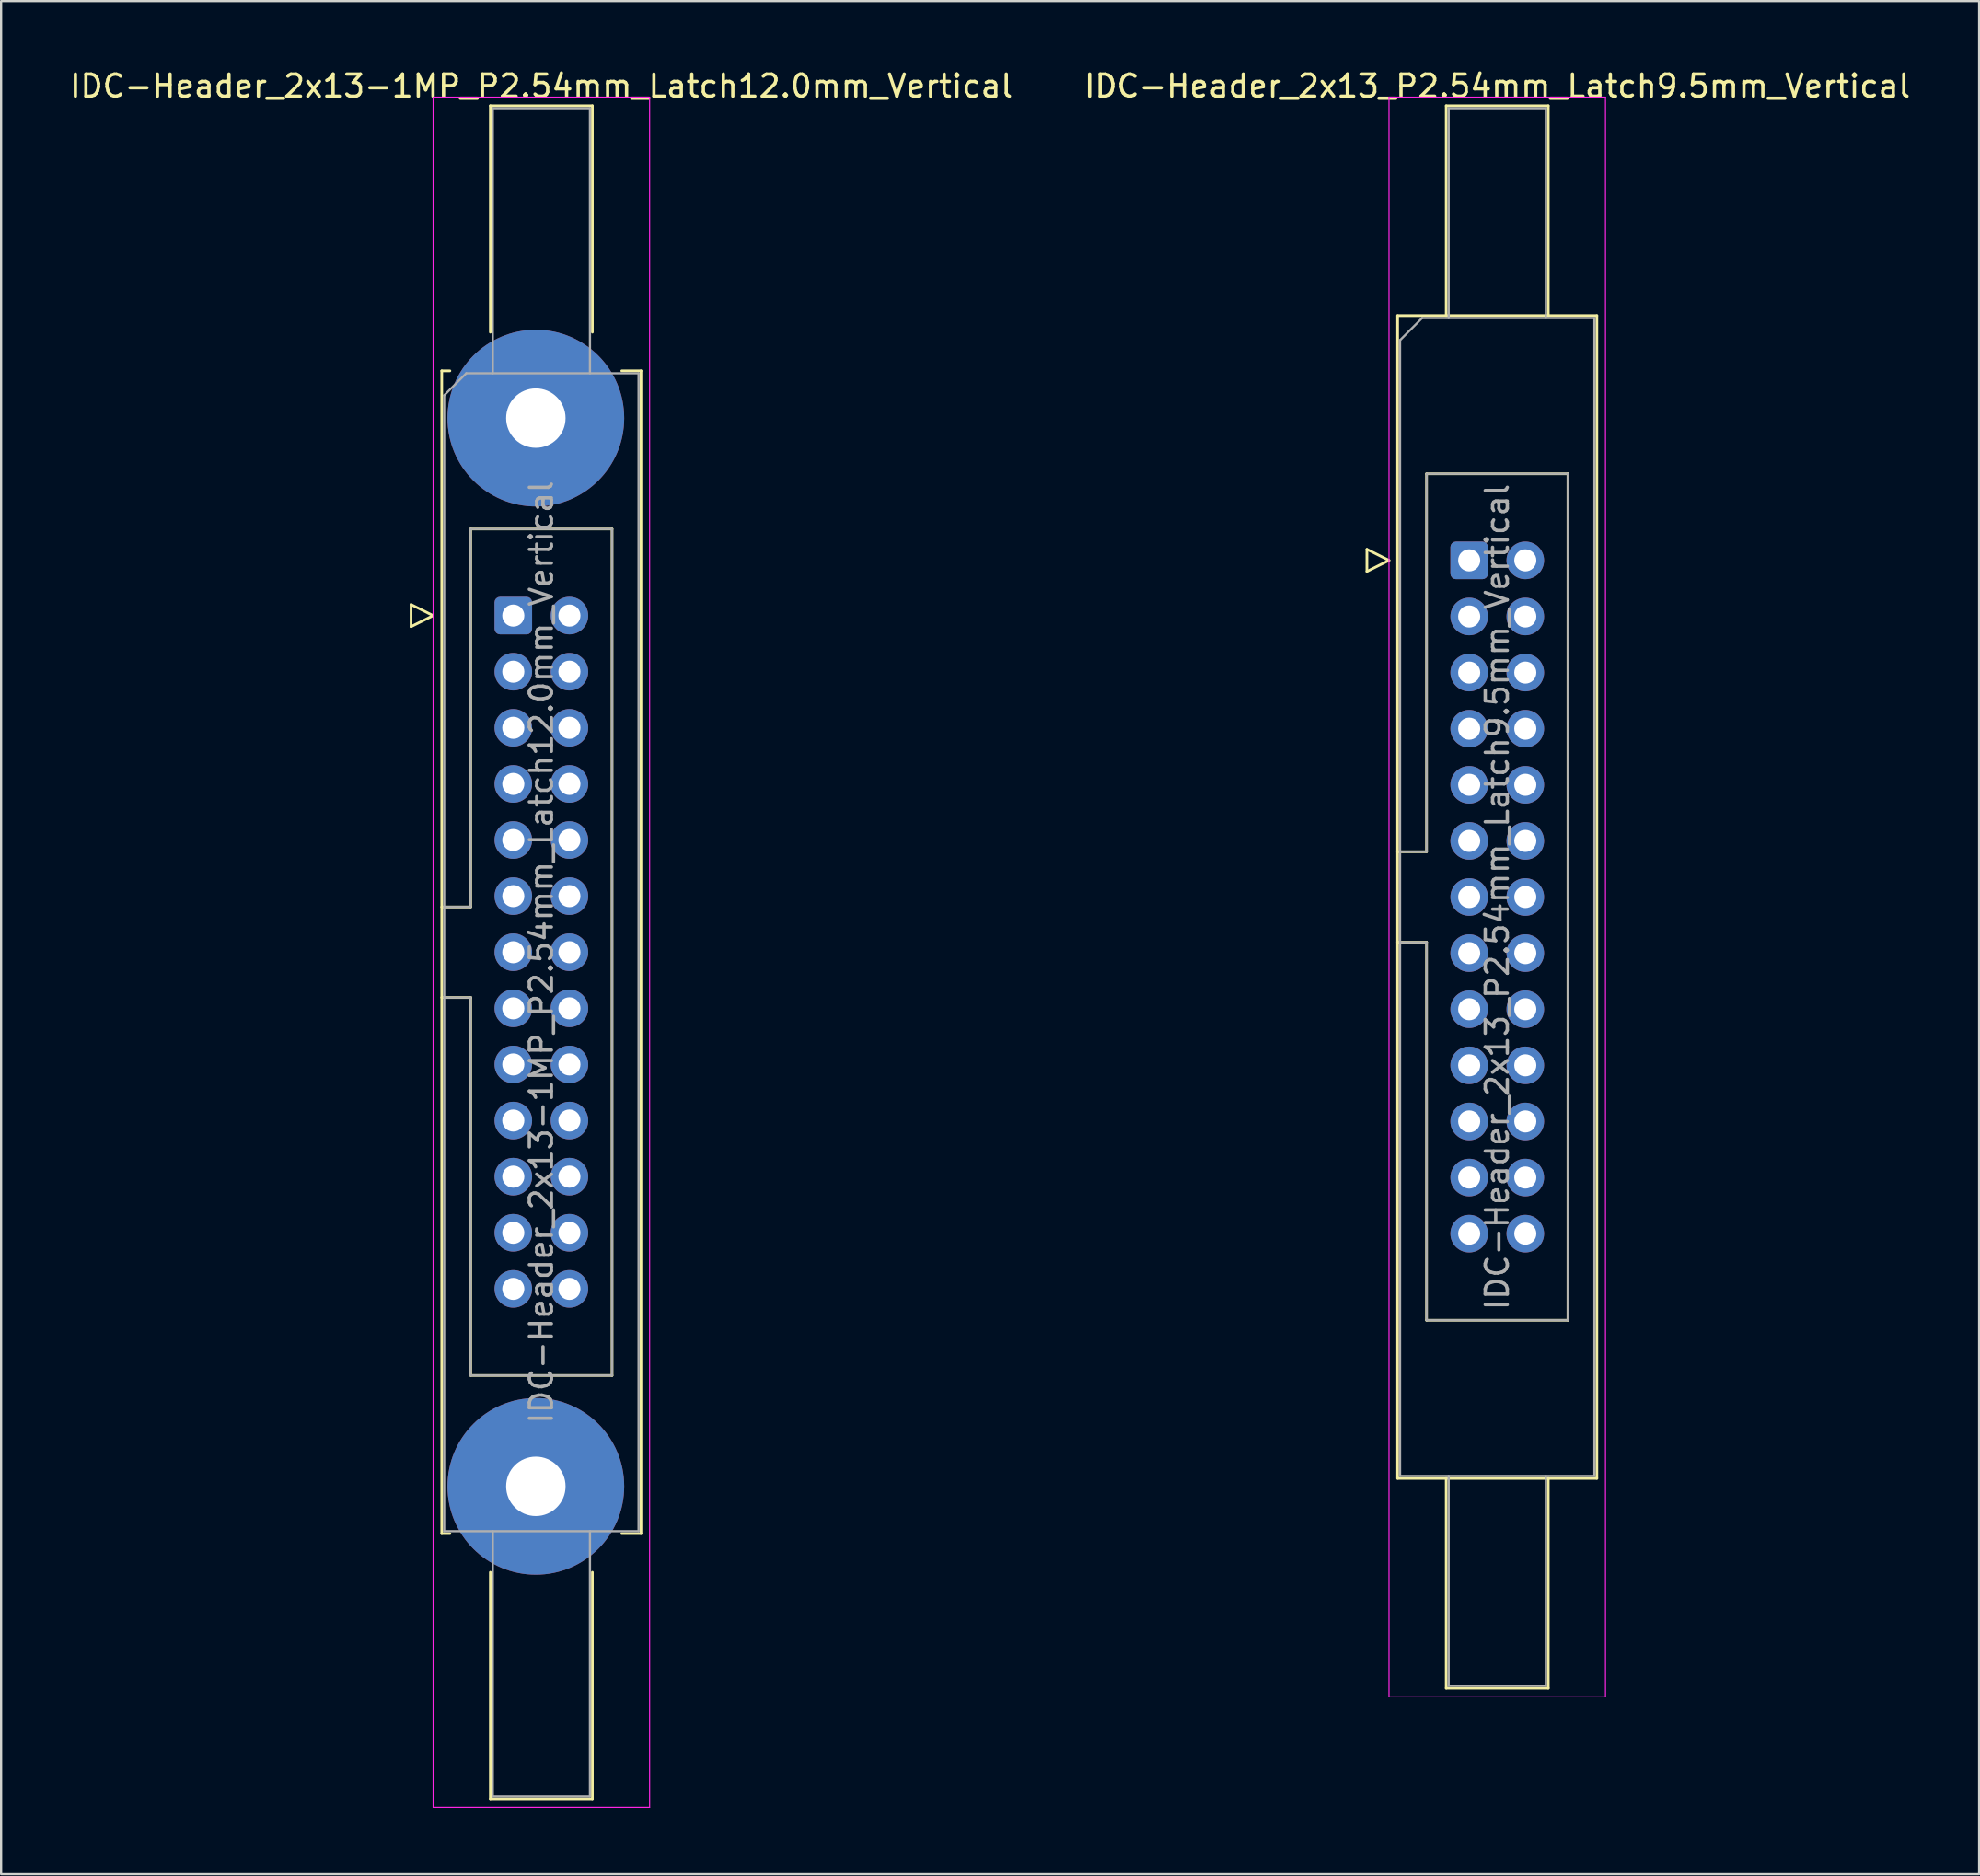
<source format=kicad_pcb>
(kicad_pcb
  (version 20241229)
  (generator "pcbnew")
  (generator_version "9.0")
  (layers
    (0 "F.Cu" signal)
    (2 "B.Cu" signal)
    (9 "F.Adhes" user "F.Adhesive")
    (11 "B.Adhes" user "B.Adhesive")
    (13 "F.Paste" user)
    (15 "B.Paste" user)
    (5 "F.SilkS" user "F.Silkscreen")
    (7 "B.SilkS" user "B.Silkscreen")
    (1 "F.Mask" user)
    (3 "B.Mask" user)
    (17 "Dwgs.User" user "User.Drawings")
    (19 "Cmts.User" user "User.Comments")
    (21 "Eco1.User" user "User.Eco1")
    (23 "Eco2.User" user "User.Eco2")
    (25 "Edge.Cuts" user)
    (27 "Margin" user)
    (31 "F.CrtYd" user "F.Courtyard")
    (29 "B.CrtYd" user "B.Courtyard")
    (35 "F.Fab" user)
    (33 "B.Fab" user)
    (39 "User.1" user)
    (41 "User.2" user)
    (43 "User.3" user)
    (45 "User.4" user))
  (footprint "IDC-Header_2x13_P2.54mm_Latch9.5mm_Vertical"
    (layer "F.Cu")
    (at 63.462 22.318)
    (property "Reference" "IDC-Header_2x13_P2.54mm_Latch9.5mm_Vertical" (at 1.27 -21.47 0) (layer "F.SilkS") (effects (font (size 1 1) (thickness 0.15))))
    (attr through_hole)
    (fp_line (start -4.63 -0.5) (end -4.63 0.5) (stroke (width 0.12) (type solid)) (layer "F.SilkS"))
    (fp_line (start -4.63 0.5) (end -3.63 0) (stroke (width 0.12) (type solid)) (layer "F.SilkS"))
    (fp_line (start -3.63 0) (end -4.63 -0.5) (stroke (width 0.12) (type solid)) (layer "F.SilkS"))
    (fp_line (start -3.24 -11.08) (end 5.78 -11.08) (stroke (width 0.12) (type solid)) (layer "F.SilkS"))
    (fp_line (start -3.24 13.19) (end -1.93 13.19) (stroke (width 0.12) (type solid)) (layer "F.SilkS"))
    (fp_line (start -3.24 41.56) (end -3.24 -11.08) (stroke (width 0.12) (type solid)) (layer "F.SilkS"))
    (fp_line (start -1.93 -3.92) (end 4.47 -3.92) (stroke (width 0.12) (type solid)) (layer "F.SilkS"))
    (fp_line (start -1.93 13.19) (end -1.93 -3.92) (stroke (width 0.12) (type solid)) (layer "F.SilkS"))
    (fp_line (start -1.93 17.29) (end -3.24 17.29) (stroke (width 0.12) (type solid)) (layer "F.SilkS"))
    (fp_line (start -1.93 17.29) (end -1.93 17.29) (stroke (width 0.12) (type solid)) (layer "F.SilkS"))
    (fp_line (start -1.93 34.4) (end -1.93 17.29) (stroke (width 0.12) (type solid)) (layer "F.SilkS"))
    (fp_line (start -1.04 -20.58) (end 3.58 -20.58) (stroke (width 0.12) (type solid)) (layer "F.SilkS"))
    (fp_line (start -1.04 -11.08) (end -1.04 -20.58) (stroke (width 0.12) (type solid)) (layer "F.SilkS"))
    (fp_line (start -1.04 41.56) (end -1.04 51.06) (stroke (width 0.12) (type solid)) (layer "F.SilkS"))
    (fp_line (start -1.04 51.06) (end 3.58 51.06) (stroke (width 0.12) (type solid)) (layer "F.SilkS"))
    (fp_line (start 3.58 -20.58) (end 3.58 -11.08) (stroke (width 0.12) (type solid)) (layer "F.SilkS"))
    (fp_line (start 3.58 51.06) (end 3.58 41.56) (stroke (width 0.12) (type solid)) (layer "F.SilkS"))
    (fp_line (start 4.47 -3.92) (end 4.47 34.4) (stroke (width 0.12) (type solid)) (layer "F.SilkS"))
    (fp_line (start 4.47 34.4) (end -1.93 34.4) (stroke (width 0.12) (type solid)) (layer "F.SilkS"))
    (fp_line (start 5.78 -11.08) (end 5.78 41.56) (stroke (width 0.12) (type solid)) (layer "F.SilkS"))
    (fp_line (start 5.78 41.56) (end -3.24 41.56) (stroke (width 0.12) (type solid)) (layer "F.SilkS"))
    (fp_line (start -3.63 -20.97) (end -3.63 51.45) (stroke (width 0.05) (type solid)) (layer "F.CrtYd"))
    (fp_line (start -3.63 51.45) (end 6.17 51.45) (stroke (width 0.05) (type solid)) (layer "F.CrtYd"))
    (fp_line (start 6.17 -20.97) (end -3.63 -20.97) (stroke (width 0.05) (type solid)) (layer "F.CrtYd"))
    (fp_line (start 6.17 51.45) (end 6.17 -20.97) (stroke (width 0.05) (type solid)) (layer "F.CrtYd"))
    (fp_line (start -3.13 -9.97) (end -2.13 -10.97) (stroke (width 0.1) (type solid)) (layer "F.Fab"))
    (fp_line (start -3.13 13.19) (end -1.93 13.19) (stroke (width 0.1) (type solid)) (layer "F.Fab"))
    (fp_line (start -3.13 41.45) (end -3.13 -9.97) (stroke (width 0.1) (type solid)) (layer "F.Fab"))
    (fp_line (start -2.13 -10.97) (end 5.67 -10.97) (stroke (width 0.1) (type solid)) (layer "F.Fab"))
    (fp_line (start -1.93 -3.92) (end 4.47 -3.92) (stroke (width 0.1) (type solid)) (layer "F.Fab"))
    (fp_line (start -1.93 13.19) (end -1.93 -3.92) (stroke (width 0.1) (type solid)) (layer "F.Fab"))
    (fp_line (start -1.93 17.29) (end -3.13 17.29) (stroke (width 0.1) (type solid)) (layer "F.Fab"))
    (fp_line (start -1.93 17.29) (end -1.93 17.29) (stroke (width 0.1) (type solid)) (layer "F.Fab"))
    (fp_line (start -1.93 34.4) (end -1.93 17.29) (stroke (width 0.1) (type solid)) (layer "F.Fab"))
    (fp_line (start -0.93 -20.47) (end 3.47 -20.47) (stroke (width 0.1) (type solid)) (layer "F.Fab"))
    (fp_line (start -0.93 -10.97) (end -0.93 -20.47) (stroke (width 0.1) (type solid)) (layer "F.Fab"))
    (fp_line (start -0.93 41.45) (end -0.93 50.95) (stroke (width 0.1) (type solid)) (layer "F.Fab"))
    (fp_line (start -0.93 50.95) (end 3.47 50.95) (stroke (width 0.1) (type solid)) (layer "F.Fab"))
    (fp_line (start 3.47 -20.47) (end 3.47 -10.97) (stroke (width 0.1) (type solid)) (layer "F.Fab"))
    (fp_line (start 3.47 50.95) (end 3.47 41.45) (stroke (width 0.1) (type solid)) (layer "F.Fab"))
    (fp_line (start 4.47 -3.92) (end 4.47 34.4) (stroke (width 0.1) (type solid)) (layer "F.Fab"))
    (fp_line (start 4.47 34.4) (end -1.93 34.4) (stroke (width 0.1) (type solid)) (layer "F.Fab"))
    (fp_line (start 5.67 -10.97) (end 5.67 41.45) (stroke (width 0.1) (type solid)) (layer "F.Fab"))
    (fp_line (start 5.67 41.45) (end -3.13 41.45) (stroke (width 0.1) (type solid)) (layer "F.Fab"))
    (fp_text user "${REFERENCE}" (at 1.27 15.24 90) (layer "F.Fab") (effects (font (size 1 1) (thickness 0.15))))
    (pad "1" thru_hole roundrect (at 0 0) (size 1.7 1.7) (drill 1) (layers "*.Cu" "*.Mask") (roundrect_rratio 0.147))
    (pad "2" thru_hole circle (at 2.54 0) (size 1.7 1.7) (drill 1) (layers "*.Cu" "*.Mask"))
    (pad "3" thru_hole circle (at 0 2.54) (size 1.7 1.7) (drill 1) (layers "*.Cu" "*.Mask"))
    (pad "4" thru_hole circle (at 2.54 2.54) (size 1.7 1.7) (drill 1) (layers "*.Cu" "*.Mask"))
    (pad "5" thru_hole circle (at 0 5.08) (size 1.7 1.7) (drill 1) (layers "*.Cu" "*.Mask"))
    (pad "6" thru_hole circle (at 2.54 5.08) (size 1.7 1.7) (drill 1) (layers "*.Cu" "*.Mask"))
    (pad "7" thru_hole circle (at 0 7.62) (size 1.7 1.7) (drill 1) (layers "*.Cu" "*.Mask"))
    (pad "8" thru_hole circle (at 2.54 7.62) (size 1.7 1.7) (drill 1) (layers "*.Cu" "*.Mask"))
    (pad "9" thru_hole circle (at 0 10.16) (size 1.7 1.7) (drill 1) (layers "*.Cu" "*.Mask"))
    (pad "10" thru_hole circle (at 2.54 10.16) (size 1.7 1.7) (drill 1) (layers "*.Cu" "*.Mask"))
    (pad "11" thru_hole circle (at 0 12.7) (size 1.7 1.7) (drill 1) (layers "*.Cu" "*.Mask"))
    (pad "12" thru_hole circle (at 2.54 12.7) (size 1.7 1.7) (drill 1) (layers "*.Cu" "*.Mask"))
    (pad "13" thru_hole circle (at 0 15.24) (size 1.7 1.7) (drill 1) (layers "*.Cu" "*.Mask"))
    (pad "14" thru_hole circle (at 2.54 15.24) (size 1.7 1.7) (drill 1) (layers "*.Cu" "*.Mask"))
    (pad "15" thru_hole circle (at 0 17.78) (size 1.7 1.7) (drill 1) (layers "*.Cu" "*.Mask"))
    (pad "16" thru_hole circle (at 2.54 17.78) (size 1.7 1.7) (drill 1) (layers "*.Cu" "*.Mask"))
    (pad "17" thru_hole circle (at 0 20.32) (size 1.7 1.7) (drill 1) (layers "*.Cu" "*.Mask"))
    (pad "18" thru_hole circle (at 2.54 20.32) (size 1.7 1.7) (drill 1) (layers "*.Cu" "*.Mask"))
    (pad "19" thru_hole circle (at 0 22.86) (size 1.7 1.7) (drill 1) (layers "*.Cu" "*.Mask"))
    (pad "20" thru_hole circle (at 2.54 22.86) (size 1.7 1.7) (drill 1) (layers "*.Cu" "*.Mask"))
    (pad "21" thru_hole circle (at 0 25.4) (size 1.7 1.7) (drill 1) (layers "*.Cu" "*.Mask"))
    (pad "22" thru_hole circle (at 2.54 25.4) (size 1.7 1.7) (drill 1) (layers "*.Cu" "*.Mask"))
    (pad "23" thru_hole circle (at 0 27.94) (size 1.7 1.7) (drill 1) (layers "*.Cu" "*.Mask"))
    (pad "24" thru_hole circle (at 2.54 27.94) (size 1.7 1.7) (drill 1) (layers "*.Cu" "*.Mask"))
    (pad "25" thru_hole circle (at 0 30.48) (size 1.7 1.7) (drill 1) (layers "*.Cu" "*.Mask"))
    (pad "26" thru_hole circle (at 2.54 30.48) (size 1.7 1.7) (drill 1) (layers "*.Cu" "*.Mask")))
  (footprint "IDC-Header_2x13-1MP_P2.54mm_Latch12.0mm_Vertical"
    (layer "F.Cu")
    (at 20.188 24.818)
    (property "Reference" "IDC-Header_2x13-1MP_P2.54mm_Latch12.0mm_Vertical" (at 1.27 -23.97 0) (layer "F.SilkS") (effects (font (size 1 1) (thickness 0.15))))
    (attr through_hole)
    (fp_line (start -4.63 -0.5) (end -4.63 0.5) (stroke (width 0.12) (type solid)) (layer "F.SilkS"))
    (fp_line (start -4.63 0.5) (end -3.63 0) (stroke (width 0.12) (type solid)) (layer "F.SilkS"))
    (fp_line (start -3.63 0) (end -4.63 -0.5) (stroke (width 0.12) (type solid)) (layer "F.SilkS"))
    (fp_line (start -3.24 -11.08) (end -3.24 41.56) (stroke (width 0.12) (type solid)) (layer "F.SilkS"))
    (fp_line (start -3.24 13.19) (end -1.93 13.19) (stroke (width 0.12) (type solid)) (layer "F.SilkS"))
    (fp_line (start -3.24 41.56) (end -2.87 41.56) (stroke (width 0.12) (type solid)) (layer "F.SilkS"))
    (fp_line (start -2.87 -11.08) (end -3.24 -11.08) (stroke (width 0.12) (type solid)) (layer "F.SilkS"))
    (fp_line (start -1.93 -3.92) (end 4.47 -3.92) (stroke (width 0.12) (type solid)) (layer "F.SilkS"))
    (fp_line (start -1.93 13.19) (end -1.93 -3.92) (stroke (width 0.12) (type solid)) (layer "F.SilkS"))
    (fp_line (start -1.93 17.29) (end -3.24 17.29) (stroke (width 0.12) (type solid)) (layer "F.SilkS"))
    (fp_line (start -1.93 17.29) (end -1.93 17.29) (stroke (width 0.12) (type solid)) (layer "F.SilkS"))
    (fp_line (start -1.93 34.4) (end -1.93 17.29) (stroke (width 0.12) (type solid)) (layer "F.SilkS"))
    (fp_line (start -1.04 -23.08) (end 3.58 -23.08) (stroke (width 0.12) (type solid)) (layer "F.SilkS"))
    (fp_line (start -1.04 -12.83) (end -1.04 -23.08) (stroke (width 0.12) (type solid)) (layer "F.SilkS"))
    (fp_line (start -1.04 43.31) (end -1.04 53.56) (stroke (width 0.12) (type solid)) (layer "F.SilkS"))
    (fp_line (start -1.04 53.56) (end 3.58 53.56) (stroke (width 0.12) (type solid)) (layer "F.SilkS"))
    (fp_line (start 3.58 -23.08) (end 3.58 -12.83) (stroke (width 0.12) (type solid)) (layer "F.SilkS"))
    (fp_line (start 3.58 53.56) (end 3.58 43.31) (stroke (width 0.12) (type solid)) (layer "F.SilkS"))
    (fp_line (start 4.47 -3.92) (end 4.47 34.4) (stroke (width 0.12) (type solid)) (layer "F.SilkS"))
    (fp_line (start 4.47 34.4) (end -1.93 34.4) (stroke (width 0.12) (type solid)) (layer "F.SilkS"))
    (fp_line (start 4.91 -11.08) (end 5.78 -11.08) (stroke (width 0.12) (type solid)) (layer "F.SilkS"))
    (fp_line (start 5.78 -11.08) (end 5.78 41.56) (stroke (width 0.12) (type solid)) (layer "F.SilkS"))
    (fp_line (start 5.78 41.56) (end 4.91 41.56) (stroke (width 0.12) (type solid)) (layer "F.SilkS"))
    (fp_line (start -3.63 -23.47) (end -3.63 53.95) (stroke (width 0.05) (type solid)) (layer "F.CrtYd"))
    (fp_line (start -3.63 53.95) (end 6.17 53.95) (stroke (width 0.05) (type solid)) (layer "F.CrtYd"))
    (fp_line (start 6.17 -23.47) (end -3.63 -23.47) (stroke (width 0.05) (type solid)) (layer "F.CrtYd"))
    (fp_line (start 6.17 53.95) (end 6.17 -23.47) (stroke (width 0.05) (type solid)) (layer "F.CrtYd"))
    (fp_line (start -3.13 -9.97) (end -2.13 -10.97) (stroke (width 0.1) (type solid)) (layer "F.Fab"))
    (fp_line (start -3.13 13.19) (end -1.93 13.19) (stroke (width 0.1) (type solid)) (layer "F.Fab"))
    (fp_line (start -3.13 41.45) (end -3.13 -9.97) (stroke (width 0.1) (type solid)) (layer "F.Fab"))
    (fp_line (start -2.13 -10.97) (end 5.67 -10.97) (stroke (width 0.1) (type solid)) (layer "F.Fab"))
    (fp_line (start -1.93 -3.92) (end 4.47 -3.92) (stroke (width 0.1) (type solid)) (layer "F.Fab"))
    (fp_line (start -1.93 13.19) (end -1.93 -3.92) (stroke (width 0.1) (type solid)) (layer "F.Fab"))
    (fp_line (start -1.93 17.29) (end -3.13 17.29) (stroke (width 0.1) (type solid)) (layer "F.Fab"))
    (fp_line (start -1.93 17.29) (end -1.93 17.29) (stroke (width 0.1) (type solid)) (layer "F.Fab"))
    (fp_line (start -1.93 34.4) (end -1.93 17.29) (stroke (width 0.1) (type solid)) (layer "F.Fab"))
    (fp_line (start -0.93 -22.97) (end 3.47 -22.97) (stroke (width 0.1) (type solid)) (layer "F.Fab"))
    (fp_line (start -0.93 -10.97) (end -0.93 -22.97) (stroke (width 0.1) (type solid)) (layer "F.Fab"))
    (fp_line (start -0.93 41.45) (end -0.93 53.45) (stroke (width 0.1) (type solid)) (layer "F.Fab"))
    (fp_line (start -0.93 53.45) (end 3.47 53.45) (stroke (width 0.1) (type solid)) (layer "F.Fab"))
    (fp_line (start 3.47 -22.97) (end 3.47 -10.97) (stroke (width 0.1) (type solid)) (layer "F.Fab"))
    (fp_line (start 3.47 53.45) (end 3.47 41.45) (stroke (width 0.1) (type solid)) (layer "F.Fab"))
    (fp_line (start 4.47 -3.92) (end 4.47 34.4) (stroke (width 0.1) (type solid)) (layer "F.Fab"))
    (fp_line (start 4.47 34.4) (end -1.93 34.4) (stroke (width 0.1) (type solid)) (layer "F.Fab"))
    (fp_line (start 5.67 -10.97) (end 5.67 41.45) (stroke (width 0.1) (type solid)) (layer "F.Fab"))
    (fp_line (start 5.67 41.45) (end -3.13 41.45) (stroke (width 0.1) (type solid)) (layer "F.Fab"))
    (fp_text user "${REFERENCE}" (at 1.27 15.24 90) (layer "F.Fab") (effects (font (size 1 1) (thickness 0.15))))
    (pad "1" thru_hole roundrect (at 0 0) (size 1.7 1.7) (drill 1) (layers "*.Cu" "*.Mask") (roundrect_rratio 0.147))
    (pad "2" thru_hole circle (at 2.54 0) (size 1.7 1.7) (drill 1) (layers "*.Cu" "*.Mask"))
    (pad "3" thru_hole circle (at 0 2.54) (size 1.7 1.7) (drill 1) (layers "*.Cu" "*.Mask"))
    (pad "4" thru_hole circle (at 2.54 2.54) (size 1.7 1.7) (drill 1) (layers "*.Cu" "*.Mask"))
    (pad "5" thru_hole circle (at 0 5.08) (size 1.7 1.7) (drill 1) (layers "*.Cu" "*.Mask"))
    (pad "6" thru_hole circle (at 2.54 5.08) (size 1.7 1.7) (drill 1) (layers "*.Cu" "*.Mask"))
    (pad "7" thru_hole circle (at 0 7.62) (size 1.7 1.7) (drill 1) (layers "*.Cu" "*.Mask"))
    (pad "8" thru_hole circle (at 2.54 7.62) (size 1.7 1.7) (drill 1) (layers "*.Cu" "*.Mask"))
    (pad "9" thru_hole circle (at 0 10.16) (size 1.7 1.7) (drill 1) (layers "*.Cu" "*.Mask"))
    (pad "10" thru_hole circle (at 2.54 10.16) (size 1.7 1.7) (drill 1) (layers "*.Cu" "*.Mask"))
    (pad "11" thru_hole circle (at 0 12.7) (size 1.7 1.7) (drill 1) (layers "*.Cu" "*.Mask"))
    (pad "12" thru_hole circle (at 2.54 12.7) (size 1.7 1.7) (drill 1) (layers "*.Cu" "*.Mask"))
    (pad "13" thru_hole circle (at 0 15.24) (size 1.7 1.7) (drill 1) (layers "*.Cu" "*.Mask"))
    (pad "14" thru_hole circle (at 2.54 15.24) (size 1.7 1.7) (drill 1) (layers "*.Cu" "*.Mask"))
    (pad "15" thru_hole circle (at 0 17.78) (size 1.7 1.7) (drill 1) (layers "*.Cu" "*.Mask"))
    (pad "16" thru_hole circle (at 2.54 17.78) (size 1.7 1.7) (drill 1) (layers "*.Cu" "*.Mask"))
    (pad "17" thru_hole circle (at 0 20.32) (size 1.7 1.7) (drill 1) (layers "*.Cu" "*.Mask"))
    (pad "18" thru_hole circle (at 2.54 20.32) (size 1.7 1.7) (drill 1) (layers "*.Cu" "*.Mask"))
    (pad "19" thru_hole circle (at 0 22.86) (size 1.7 1.7) (drill 1) (layers "*.Cu" "*.Mask"))
    (pad "20" thru_hole circle (at 2.54 22.86) (size 1.7 1.7) (drill 1) (layers "*.Cu" "*.Mask"))
    (pad "21" thru_hole circle (at 0 25.4) (size 1.7 1.7) (drill 1) (layers "*.Cu" "*.Mask"))
    (pad "22" thru_hole circle (at 2.54 25.4) (size 1.7 1.7) (drill 1) (layers "*.Cu" "*.Mask"))
    (pad "23" thru_hole circle (at 0 27.94) (size 1.7 1.7) (drill 1) (layers "*.Cu" "*.Mask"))
    (pad "24" thru_hole circle (at 2.54 27.94) (size 1.7 1.7) (drill 1) (layers "*.Cu" "*.Mask"))
    (pad "25" thru_hole circle (at 0 30.48) (size 1.7 1.7) (drill 1) (layers "*.Cu" "*.Mask"))
    (pad "26" thru_hole circle (at 2.54 30.48) (size 1.7 1.7) (drill 1) (layers "*.Cu" "*.Mask"))
    (pad "MP" thru_hole circle (at 1.02 -8.94) (size 8 8) (drill 2.69) (layers "*.Cu" "*.Mask"))
    (pad "MP" thru_hole circle (at 1.02 39.42) (size 8 8) (drill 2.69) (layers "*.Cu" "*.Mask")))
  (gr_rect
    (start -3 -3)
    (end 86.548 81.793)
    (stroke (width 0.1) (type default))
    (fill no)
    (layer "Edge.Cuts")))
</source>
